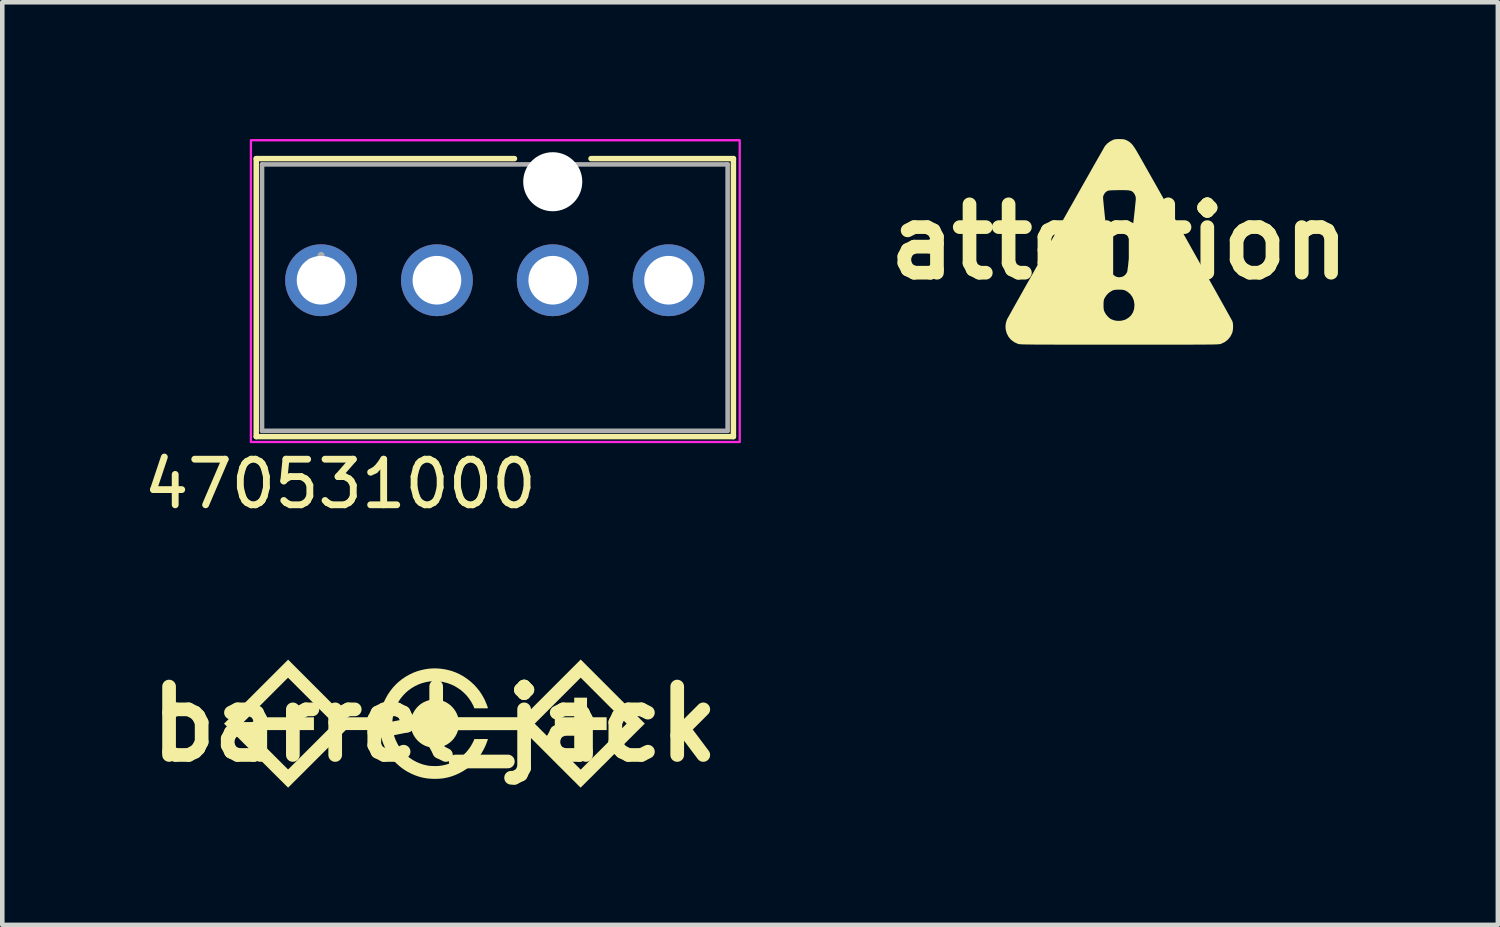
<source format=kicad_pcb>
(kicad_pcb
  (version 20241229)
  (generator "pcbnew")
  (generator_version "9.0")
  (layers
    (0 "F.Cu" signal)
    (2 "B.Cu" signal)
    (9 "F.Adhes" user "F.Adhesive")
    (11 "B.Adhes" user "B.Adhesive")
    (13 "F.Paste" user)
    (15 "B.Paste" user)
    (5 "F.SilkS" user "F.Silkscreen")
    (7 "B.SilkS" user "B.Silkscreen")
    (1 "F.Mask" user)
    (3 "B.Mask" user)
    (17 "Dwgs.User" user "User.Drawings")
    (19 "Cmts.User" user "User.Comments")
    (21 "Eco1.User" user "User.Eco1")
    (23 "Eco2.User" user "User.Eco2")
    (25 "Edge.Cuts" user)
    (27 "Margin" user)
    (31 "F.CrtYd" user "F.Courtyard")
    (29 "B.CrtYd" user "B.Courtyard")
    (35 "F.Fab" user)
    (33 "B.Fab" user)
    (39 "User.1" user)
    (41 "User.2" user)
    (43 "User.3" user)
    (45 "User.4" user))
  (footprint "attention"
    (layer "F.Cu")
    (at 21.496 2.252)
    (property "Reference" "attention" (at 0 0 0) (layer "F.SilkS") (effects (font (size 1.5 1.5) (thickness 0.3))))
    (attr board_only exclude_from_pos_files exclude_from_bom)
    (fp_poly (pts (xy 0.049 -2.251) (xy 0.084 -2.249) (xy 0.112 -2.244) (xy 0.137 -2.235) (xy 0.158 -2.226) (xy 0.197 -2.206) (xy 0.231 -2.182) (xy 0.263 -2.154) (xy 0.295 -2.117) (xy 0.328 -2.071) (xy 0.366 -2.011) (xy 0.409 -1.937) (xy 0.419 -1.92) (xy 0.497 -1.783) (xy 0.578 -1.639) (xy 0.663 -1.489) (xy 0.751 -1.333) (xy 0.842 -1.173) (xy 0.934 -1.009) (xy 1.028 -0.843) (xy 1.123 -0.675) (xy 1.218 -0.505) (xy 1.314 -0.336) (xy 1.409 -0.168) (xy 1.503 -0.001) (xy 1.595 0.164) (xy 1.686 0.325) (xy 1.774 0.482) (xy 1.859 0.633) (xy 1.941 0.779) (xy 2.019 0.918) (xy 2.093 1.049) (xy 2.161 1.171) (xy 2.224 1.284) (xy 2.282 1.387) (xy 2.333 1.478) (xy 2.377 1.558) (xy 2.414 1.624) (xy 2.443 1.677) (xy 2.464 1.715) (xy 2.476 1.737) (xy 2.479 1.743) (xy 2.49 1.79) (xy 2.494 1.849) (xy 2.492 1.911) (xy 2.483 1.969) (xy 2.472 2.005) (xy 2.433 2.081) (xy 2.379 2.146) (xy 2.313 2.198) (xy 2.236 2.235) (xy 2.225 2.239) (xy 2.218 2.241) (xy 2.21 2.243) (xy 2.2 2.244) (xy 2.187 2.246) (xy 2.171 2.247) (xy 2.151 2.249) (xy 2.125 2.25) (xy 2.094 2.251) (xy 2.057 2.252) (xy 2.012 2.253) (xy 1.959 2.253) (xy 1.897 2.254) (xy 1.826 2.254) (xy 1.744 2.255) (xy 1.651 2.255) (xy 1.546 2.256) (xy 1.428 2.256) (xy 1.297 2.256) (xy 1.151 2.256) (xy 0.99 2.256) (xy 0.814 2.256) (xy 0.621 2.256) (xy 0.41 2.256) (xy 0.181 2.256) (xy -0.003 2.256) (xy -0.247 2.256) (xy -0.471 2.256) (xy -0.678 2.256) (xy -0.867 2.256) (xy -1.04 2.256) (xy -1.197 2.256) (xy -1.34 2.256) (xy -1.468 2.255) (xy -1.582 2.255) (xy -1.685 2.255) (xy -1.775 2.254) (xy -1.854 2.254) (xy -1.923 2.253) (xy -1.983 2.252) (xy -2.033 2.252) (xy -2.076 2.251) (xy -2.111 2.25) (xy -2.14 2.249) (xy -2.164 2.247) (xy -2.182 2.246) (xy -2.196 2.245) (xy -2.207 2.243) (xy -2.216 2.241) (xy -2.222 2.239) (xy -2.223 2.239) (xy -2.306 2.201) (xy -2.375 2.15) (xy -2.43 2.085) (xy -2.469 2.009) (xy -2.492 1.927) (xy -2.497 1.859) (xy -2.49 1.788) (xy -2.471 1.722) (xy -2.46 1.696) (xy -2.451 1.68) (xy -2.433 1.648) (xy -2.407 1.601) (xy -2.373 1.54) (xy -2.332 1.466) (xy -2.288 1.387) (xy -0.347 1.387) (xy -0.346 1.436) (xy -0.344 1.471) (xy -0.339 1.499) (xy -0.33 1.525) (xy -0.321 1.545) (xy -0.292 1.594) (xy -0.252 1.641) (xy -0.209 1.68) (xy -0.181 1.697) (xy -0.112 1.723) (xy -0.036 1.735) (xy 0.042 1.731) (xy 0.117 1.712) (xy 0.137 1.704) (xy 0.205 1.663) (xy 0.26 1.61) (xy 0.3 1.544) (xy 0.324 1.469) (xy 0.331 1.386) (xy 0.33 1.365) (xy 0.316 1.283) (xy 0.285 1.21) (xy 0.238 1.146) (xy 0.177 1.095) (xy 0.142 1.075) (xy 0.117 1.063) (xy 0.092 1.056) (xy 0.064 1.052) (xy 0.025 1.05) (xy -0.01 1.05) (xy -0.058 1.051) (xy -0.093 1.053) (xy -0.119 1.058) (xy -0.144 1.066) (xy -0.167 1.077) (xy -0.226 1.115) (xy -0.278 1.166) (xy -0.318 1.225) (xy -0.326 1.239) (xy -0.336 1.265) (xy -0.342 1.292) (xy -0.346 1.327) (xy -0.347 1.374) (xy -0.347 1.387) (xy -2.288 1.387) (xy -2.284 1.38) (xy -2.229 1.283) (xy -2.169 1.176) (xy -2.104 1.06) (xy -2.034 0.936) (xy -1.959 0.804) (xy -1.881 0.666) (xy -1.801 0.523) (xy -1.717 0.375) (xy -1.632 0.223) (xy -1.545 0.069) (xy -1.457 -0.086) (xy -1.368 -0.243) (xy -1.28 -0.399) (xy -1.192 -0.554) (xy -1.106 -0.707) (xy -1.021 -0.856) (xy -0.949 -0.984) (xy -0.357 -0.984) (xy -0.357 -0.967) (xy -0.355 -0.932) (xy -0.35 -0.882) (xy -0.344 -0.817) (xy -0.337 -0.741) (xy -0.328 -0.654) (xy -0.318 -0.559) (xy -0.307 -0.457) (xy -0.295 -0.35) (xy -0.283 -0.24) (xy -0.27 -0.128) (xy -0.258 -0.018) (xy -0.245 0.091) (xy -0.233 0.195) (xy -0.221 0.293) (xy -0.21 0.384) (xy -0.199 0.465) (xy -0.19 0.534) (xy -0.182 0.591) (xy -0.176 0.632) (xy -0.171 0.657) (xy -0.17 0.661) (xy -0.149 0.699) (xy -0.119 0.734) (xy -0.084 0.759) (xy -0.061 0.768) (xy -0.038 0.773) (xy -0.024 0.777) (xy -0.005 0.778) (xy 0.025 0.775) (xy 0.058 0.768) (xy 0.084 0.759) (xy 0.088 0.757) (xy 0.129 0.725) (xy 0.162 0.68) (xy 0.17 0.662) (xy 0.174 0.648) (xy 0.179 0.616) (xy 0.185 0.568) (xy 0.194 0.506) (xy 0.203 0.432) (xy 0.214 0.348) (xy 0.226 0.255) (xy 0.238 0.155) (xy 0.251 0.05) (xy 0.264 -0.058) (xy 0.276 -0.168) (xy 0.289 -0.278) (xy 0.302 -0.385) (xy 0.314 -0.488) (xy 0.325 -0.585) (xy 0.335 -0.675) (xy 0.343 -0.756) (xy 0.35 -0.826) (xy 0.356 -0.882) (xy 0.36 -0.924) (xy 0.361 -0.949) (xy 0.361 -0.952) (xy 0.354 -0.998) (xy 0.334 -1.045) (xy 0.305 -1.084) (xy 0.285 -1.101) (xy 0.266 -1.112) (xy 0.242 -1.12) (xy 0.211 -1.126) (xy 0.171 -1.13) (xy 0.12 -1.132) (xy 0.054 -1.133) (xy -0.028 -1.132) (xy -0.045 -1.132) (xy -0.112 -1.13) (xy -0.163 -1.129) (xy -0.201 -1.127) (xy -0.228 -1.124) (xy -0.247 -1.12) (xy -0.262 -1.114) (xy -0.274 -1.108) (xy -0.316 -1.073) (xy -0.345 -1.025) (xy -0.357 -0.984) (xy -0.949 -0.984) (xy -0.939 -1.002) (xy -0.859 -1.143) (xy -0.783 -1.278) (xy -0.71 -1.406) (xy -0.642 -1.526) (xy -0.579 -1.638) (xy -0.521 -1.74) (xy -0.469 -1.831) (xy -0.423 -1.911) (xy -0.385 -1.978) (xy -0.354 -2.032) (xy -0.332 -2.071) (xy -0.318 -2.095) (xy -0.313 -2.103) (xy -0.262 -2.158) (xy -0.196 -2.205) (xy -0.156 -2.226) (xy -0.129 -2.238) (xy -0.104 -2.246) (xy -0.075 -2.25) (xy -0.036 -2.252) (xy 0 -2.252)) (stroke (width 0) (type solid)) (fill yes) (layer "F.SilkS")))
  (footprint "470531000"
    (layer "F.Cu")
    (at 3.991 3.095)
    (property "Reference" "470531000" (at 0.42 4.47 0) (layer "F.SilkS") (effects (font (size 1 1) (thickness 0.15))))
    (attr through_hole)
    (fp_line (start -1.422 -2.667) (end -1.422 3.429) (stroke (width 0.12) (type solid)) (layer "F.SilkS"))
    (fp_line (start -1.422 3.429) (end 9.042 3.429) (stroke (width 0.12) (type solid)) (layer "F.SilkS"))
    (fp_line (start 4.241 -2.667) (end -1.422 -2.667) (stroke (width 0.12) (type solid)) (layer "F.SilkS"))
    (fp_line (start 9.042 -2.667) (end 5.919 -2.667) (stroke (width 0.12) (type solid)) (layer "F.SilkS"))
    (fp_line (start 9.042 3.429) (end 9.042 -2.667) (stroke (width 0.12) (type solid)) (layer "F.SilkS"))
    (fp_rect (start -1.539 -3.07) (end 9.18 3.548) (stroke (width 0.05) (type solid)) (fill no) (layer "F.CrtYd"))
    (fp_line (start -1.295 -2.54) (end -1.295 3.302) (stroke (width 0.1) (type solid)) (layer "F.Fab"))
    (fp_line (start -1.295 3.302) (end 8.915 3.302) (stroke (width 0.1) (type solid)) (layer "F.Fab"))
    (fp_line (start 8.915 -2.54) (end -1.295 -2.54) (stroke (width 0.1) (type solid)) (layer "F.Fab"))
    (fp_line (start 8.915 3.302) (end 8.915 -2.54) (stroke (width 0.1) (type solid)) (layer "F.Fab"))
    (fp_text user "*" (at 0 0 0) (layer "F.Fab") (effects (font (size 1 1) (thickness 0.15))))
    (pad "" np_thru_hole circle (at 5.08 -2.16 90) (size 1.295 1.295) (drill 1.295) (layers "*.Cu" "*.Mask"))
    (pad "1" thru_hole circle (at 0 0) (size 1.575 1.575) (drill 1.067) (layers "*.Cu" "*.Mask"))
    (pad "2" thru_hole circle (at 2.54 0) (size 1.575 1.575) (drill 1.067) (layers "*.Cu" "*.Mask"))
    (pad "3" thru_hole circle (at 5.08 0) (size 1.575 1.575) (drill 1.067) (layers "*.Cu" "*.Mask"))
    (pad "4" thru_hole circle (at 7.62 0) (size 1.575 1.575) (drill 1.067) (layers "*.Cu" "*.Mask")))
  (footprint "barrel_jack"
    (layer "F.Cu")
    (at 6.479 12.827)
    (property "Reference" "barrel_jack" (at 0 0 0) (layer "F.SilkS") (effects (font (size 1.5 1.5) (thickness 0.3))))
    (attr board_only exclude_from_pos_files exclude_from_bom)
    (fp_poly (pts (xy -2.645 -0.008) (xy -2.645 0.133) (xy -3.213 0.133) (xy -3.781 0.133) (xy -3.781 -0.008) (xy -3.781 -0.148) (xy -3.213 -0.148) (xy -2.645 -0.148)) (stroke (width 0) (type solid)) (fill yes) (layer "F.SilkS"))
    (fp_poly (pts (xy 3.344 -0.363) (xy 3.344 -0.148) (xy 3.559 -0.148) (xy 3.774 -0.148) (xy 3.774 -0.008) (xy 3.774 0.133) (xy 3.559 0.133) (xy 3.344 0.133) (xy 3.344 0.348) (xy 3.344 0.563) (xy 3.206 0.563) (xy 3.174 0.562) (xy 3.144 0.562) (xy 3.118 0.562) (xy 3.096 0.562) (xy 3.079 0.561) (xy 3.069 0.56) (xy 3.065 0.56) (xy 3.065 0.556) (xy 3.064 0.544) (xy 3.064 0.527) (xy 3.064 0.503) (xy 3.063 0.475) (xy 3.063 0.442) (xy 3.063 0.406) (xy 3.063 0.367) (xy 3.063 0.345) (xy 3.063 0.133) (xy 2.85 0.133) (xy 2.637 0.133) (xy 2.637 -0.008) (xy 2.637 -0.148) (xy 2.85 -0.148) (xy 3.063 -0.148) (xy 3.063 -0.363) (xy 3.063 -0.578) (xy 3.203 -0.578) (xy 3.344 -0.578)) (stroke (width 0) (type solid)) (fill yes) (layer "F.SilkS"))
    (fp_poly (pts (xy 3.907 -0.712) (xy 4.61 -0.01) (xy 3.907 0.692) (xy 3.846 0.754) (xy 3.785 0.815) (xy 3.726 0.874) (xy 3.669 0.93) (xy 3.615 0.985) (xy 3.562 1.037) (xy 3.513 1.087) (xy 3.466 1.134) (xy 3.422 1.177) (xy 3.381 1.218) (xy 3.344 1.255) (xy 3.311 1.288) (xy 3.282 1.317) (xy 3.257 1.342) (xy 3.236 1.362) (xy 3.221 1.378) (xy 3.21 1.388) (xy 3.204 1.394) (xy 3.203 1.395) (xy 3.2 1.392) (xy 3.192 1.384) (xy 3.179 1.371) (xy 3.161 1.353) (xy 3.138 1.331) (xy 3.112 1.304) (xy 3.081 1.273) (xy 3.046 1.239) (xy 3.008 1.201) (xy 2.966 1.159) (xy 2.922 1.115) (xy 2.874 1.067) (xy 2.824 1.017) (xy 2.772 0.965) (xy 2.717 0.911) (xy 2.661 0.854) (xy 2.603 0.797) (xy 2.571 0.764) (xy 1.94 0.133) (xy 1.228 0.134) (xy 0.516 0.135) (xy 0.506 0.166) (xy 0.482 0.223) (xy 0.452 0.277) (xy 0.416 0.327) (xy 0.374 0.372) (xy 0.328 0.412) (xy 0.277 0.447) (xy 0.222 0.475) (xy 0.163 0.497) (xy 0.131 0.506) (xy 0.068 0.517) (xy 0.006 0.521) (xy -0.056 0.518) (xy -0.116 0.507) (xy -0.174 0.49) (xy -0.23 0.466) (xy -0.282 0.436) (xy -0.331 0.4) (xy -0.376 0.358) (xy -0.416 0.311) (xy -0.451 0.258) (xy -0.473 0.218) (xy -0.497 0.159) (xy -0.513 0.098) (xy -0.522 0.036) (xy -0.523 -0.008) (xy 2.197 -0.008) (xy 2.701 0.496) (xy 3.205 1) (xy 3.709 0.496) (xy 4.213 -0.008) (xy 3.709 -0.512) (xy 3.205 -1.016) (xy 2.701 -0.512) (xy 2.197 -0.008) (xy -0.523 -0.008) (xy -0.523 -0.026) (xy -0.517 -0.088) (xy -0.504 -0.149) (xy -0.483 -0.21) (xy -0.469 -0.24) (xy -0.437 -0.296) (xy -0.4 -0.347) (xy -0.357 -0.393) (xy -0.309 -0.434) (xy -0.256 -0.468) (xy -0.2 -0.496) (xy -0.163 -0.51) (xy -0.119 -0.523) (xy -0.077 -0.531) (xy -0.033 -0.536) (xy 0.006 -0.537) (xy 0.071 -0.533) (xy 0.134 -0.522) (xy 0.193 -0.504) (xy 0.251 -0.478) (xy 0.305 -0.445) (xy 0.357 -0.405) (xy 0.358 -0.403) (xy 0.396 -0.365) (xy 0.431 -0.322) (xy 0.462 -0.276) (xy 0.488 -0.227) (xy 0.507 -0.179) (xy 0.508 -0.176) (xy 0.517 -0.15) (xy 1.228 -0.15) (xy 1.94 -0.149) (xy 2.573 -0.782) (xy 3.205 -1.414)) (stroke (width 0) (type solid)) (fill yes) (layer "F.SilkS"))
    (fp_poly (pts (xy -2.579 -0.78) (xy -1.947 -0.148) (xy -1.574 -0.148) (xy -1.2 -0.148) (xy -1.198 -0.161) (xy -1.186 -0.226) (xy -1.174 -0.284) (xy -1.161 -0.337) (xy -1.146 -0.387) (xy -1.13 -0.435) (xy -1.11 -0.482) (xy -1.088 -0.53) (xy -1.074 -0.558) (xy -1.027 -0.642) (xy -0.974 -0.721) (xy -0.916 -0.795) (xy -0.853 -0.864) (xy -0.785 -0.927) (xy -0.713 -0.984) (xy -0.637 -1.036) (xy -0.558 -1.081) (xy -0.476 -1.121) (xy -0.391 -1.154) (xy -0.303 -1.18) (xy -0.214 -1.2) (xy -0.123 -1.214) (xy -0.031 -1.22) (xy 0.062 -1.219) (xy 0.155 -1.211) (xy 0.249 -1.196) (xy 0.342 -1.173) (xy 0.38 -1.162) (xy 0.47 -1.129) (xy 0.556 -1.089) (xy 0.639 -1.042) (xy 0.717 -0.989) (xy 0.792 -0.93) (xy 0.862 -0.866) (xy 0.926 -0.796) (xy 0.986 -0.722) (xy 1.039 -0.642) (xy 1.086 -0.559) (xy 1.09 -0.551) (xy 1.104 -0.521) (xy 1.119 -0.487) (xy 1.134 -0.451) (xy 1.149 -0.414) (xy 1.161 -0.38) (xy 1.171 -0.351) (xy 1.171 -0.351) (xy 1.171 -0.349) (xy 1.17 -0.347) (xy 1.166 -0.346) (xy 1.16 -0.345) (xy 1.151 -0.345) (xy 1.137 -0.344) (xy 1.119 -0.344) (xy 1.094 -0.344) (xy 1.064 -0.344) (xy 1.026 -0.344) (xy 1.022 -0.344) (xy 0.872 -0.344) (xy 0.865 -0.364) (xy 0.861 -0.376) (xy 0.854 -0.393) (xy 0.845 -0.411) (xy 0.839 -0.423) (xy 0.798 -0.498) (xy 0.75 -0.567) (xy 0.697 -0.632) (xy 0.638 -0.691) (xy 0.575 -0.745) (xy 0.507 -0.792) (xy 0.436 -0.834) (xy 0.36 -0.869) (xy 0.282 -0.898) (xy 0.2 -0.919) (xy 0.125 -0.932) (xy 0.091 -0.936) (xy 0.051 -0.938) (xy 0.01 -0.939) (xy -0.032 -0.938) (xy -0.072 -0.936) (xy -0.106 -0.933) (xy -0.115 -0.932) (xy -0.199 -0.917) (xy -0.279 -0.895) (xy -0.355 -0.867) (xy -0.426 -0.833) (xy -0.499 -0.79) (xy -0.568 -0.741) (xy -0.631 -0.687) (xy -0.689 -0.627) (xy -0.742 -0.563) (xy -0.788 -0.494) (xy -0.828 -0.421) (xy -0.862 -0.345) (xy -0.889 -0.266) (xy -0.909 -0.183) (xy -0.921 -0.099) (xy -0.922 -0.09) (xy -0.924 -0.057) (xy -0.925 -0.019) (xy -0.924 0.021) (xy -0.923 0.061) (xy -0.92 0.098) (xy -0.916 0.127) (xy -0.899 0.211) (xy -0.876 0.291) (xy -0.845 0.369) (xy -0.808 0.443) (xy -0.766 0.513) (xy -0.717 0.578) (xy -0.663 0.639) (xy -0.604 0.695) (xy -0.54 0.746) (xy -0.472 0.791) (xy -0.399 0.83) (xy -0.323 0.863) (xy -0.243 0.89) (xy -0.16 0.909) (xy -0.15 0.911) (xy -0.123 0.915) (xy -0.089 0.918) (xy -0.052 0.92) (xy -0.014 0.921) (xy 0.025 0.922) (xy 0.061 0.921) (xy 0.092 0.919) (xy 0.102 0.918) (xy 0.186 0.906) (xy 0.267 0.886) (xy 0.345 0.859) (xy 0.42 0.826) (xy 0.492 0.786) (xy 0.56 0.739) (xy 0.624 0.687) (xy 0.684 0.63) (xy 0.738 0.566) (xy 0.787 0.498) (xy 0.829 0.426) (xy 0.839 0.406) (xy 0.849 0.386) (xy 0.857 0.369) (xy 0.864 0.354) (xy 0.867 0.344) (xy 0.868 0.341) (xy 0.869 0.33) (xy 1.021 0.329) (xy 1.06 0.329) (xy 1.092 0.329) (xy 1.118 0.329) (xy 1.138 0.329) (xy 1.153 0.33) (xy 1.163 0.331) (xy 1.169 0.332) (xy 1.172 0.334) (xy 1.173 0.337) (xy 1.171 0.34) (xy 1.169 0.342) (xy 1.166 0.347) (xy 1.162 0.358) (xy 1.156 0.373) (xy 1.15 0.391) (xy 1.149 0.395) (xy 1.114 0.482) (xy 1.073 0.566) (xy 1.026 0.647) (xy 0.972 0.724) (xy 0.912 0.796) (xy 0.847 0.864) (xy 0.777 0.927) (xy 0.702 0.984) (xy 0.623 1.035) (xy 0.54 1.08) (xy 0.453 1.119) (xy 0.429 1.128) (xy 0.351 1.155) (xy 0.274 1.175) (xy 0.196 1.19) (xy 0.115 1.199) (xy 0.031 1.202) (xy -0.027 1.202) (xy -0.106 1.198) (xy -0.181 1.19) (xy -0.254 1.177) (xy -0.325 1.159) (xy -0.398 1.135) (xy -0.436 1.121) (xy -0.524 1.082) (xy -0.609 1.037) (xy -0.689 0.985) (xy -0.765 0.927) (xy -0.836 0.864) (xy -0.902 0.796) (xy -0.962 0.722) (xy -1.016 0.644) (xy -1.065 0.561) (xy -1.106 0.474) (xy -1.122 0.436) (xy -1.136 0.399) (xy -1.148 0.365) (xy -1.158 0.333) (xy -1.167 0.299) (xy -1.176 0.263) (xy -1.184 0.224) (xy -1.192 0.18) (xy -1.198 0.146) (xy -1.2 0.133) (xy -1.574 0.133) (xy -1.947 0.133) (xy -2.578 0.764) (xy -2.637 0.822) (xy -2.694 0.88) (xy -2.75 0.935) (xy -2.803 0.988) (xy -2.854 1.04) (xy -2.903 1.089) (xy -2.95 1.135) (xy -2.993 1.178) (xy -3.033 1.218) (xy -3.07 1.254) (xy -3.103 1.287) (xy -3.132 1.316) (xy -3.157 1.341) (xy -3.177 1.362) (xy -3.193 1.377) (xy -3.204 1.388) (xy -3.21 1.394) (xy -3.211 1.395) (xy -3.214 1.392) (xy -3.222 1.384) (xy -3.235 1.371) (xy -3.254 1.353) (xy -3.276 1.33) (xy -3.303 1.304) (xy -3.334 1.272) (xy -3.369 1.238) (xy -3.408 1.199) (xy -3.45 1.157) (xy -3.496 1.112) (xy -3.544 1.064) (xy -3.595 1.013) (xy -3.648 0.959) (xy -3.704 0.904) (xy -3.762 0.846) (xy -3.821 0.786) (xy -3.883 0.725) (xy -3.914 0.693) (xy -4.616 -0.008) (xy -4.614 -0.01) (xy -4.219 -0.01) (xy -3.716 0.493) (xy -3.664 0.545) (xy -3.613 0.596) (xy -3.564 0.645) (xy -3.517 0.692) (xy -3.472 0.737) (xy -3.43 0.779) (xy -3.391 0.818) (xy -3.355 0.854) (xy -3.322 0.887) (xy -3.293 0.916) (xy -3.268 0.94) (xy -3.247 0.961) (xy -3.231 0.977) (xy -3.219 0.989) (xy -3.213 0.995) (xy -3.211 0.996) (xy -3.208 0.993) (xy -3.2 0.985) (xy -3.187 0.973) (xy -3.169 0.955) (xy -3.147 0.933) (xy -3.12 0.907) (xy -3.09 0.876) (xy -3.056 0.843) (xy -3.019 0.806) (xy -2.979 0.766) (xy -2.936 0.723) (xy -2.89 0.677) (xy -2.843 0.63) (xy -2.793 0.58) (xy -2.742 0.529) (xy -2.707 0.494) (xy -2.205 -0.008) (xy -2.709 -0.512) (xy -3.213 -1.016) (xy -3.716 -0.513) (xy -4.219 -0.01) (xy -4.614 -0.01) (xy -3.913 -0.71) (xy -3.211 -1.412)) (stroke (width 0) (type solid)) (fill yes) (layer "F.SilkS")))
  (gr_rect
    (start -3 -3)
    (end 29.796 17.231)
    (stroke (width 0.1) (type default))
    (fill no)
    (layer "Edge.Cuts")))
</source>
